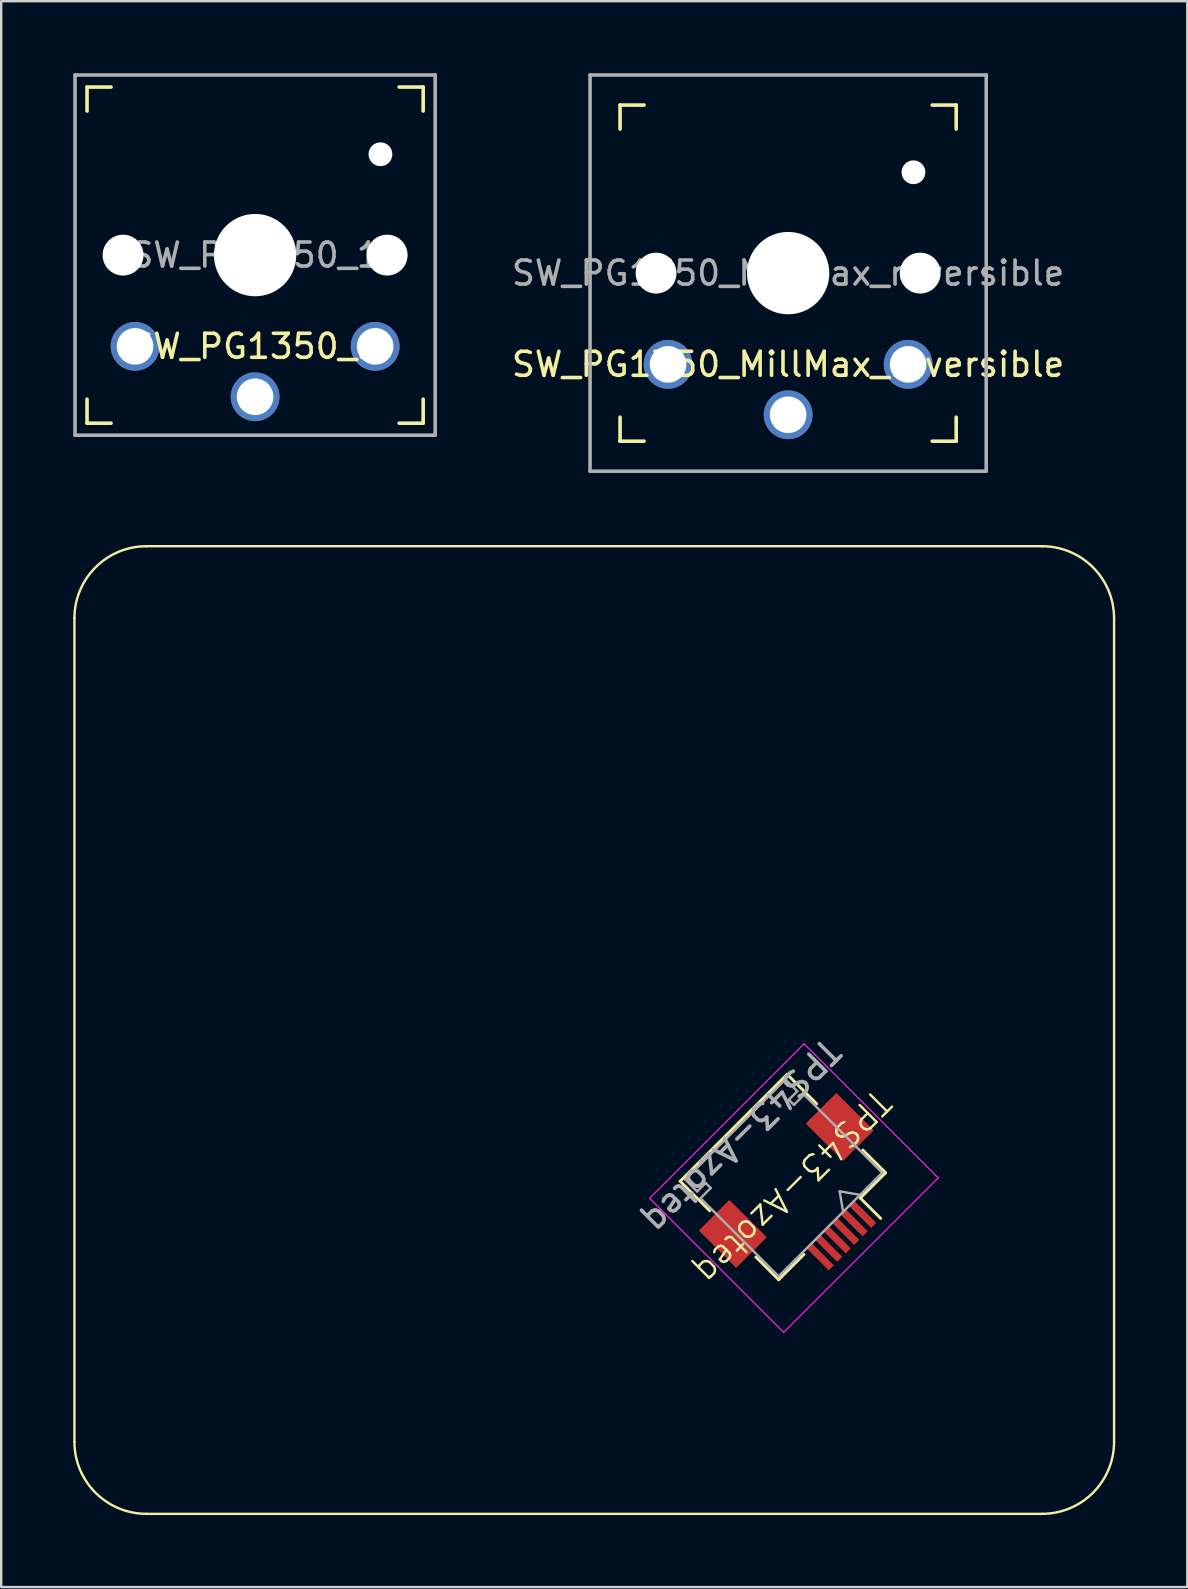
<source format=kicad_pcb>
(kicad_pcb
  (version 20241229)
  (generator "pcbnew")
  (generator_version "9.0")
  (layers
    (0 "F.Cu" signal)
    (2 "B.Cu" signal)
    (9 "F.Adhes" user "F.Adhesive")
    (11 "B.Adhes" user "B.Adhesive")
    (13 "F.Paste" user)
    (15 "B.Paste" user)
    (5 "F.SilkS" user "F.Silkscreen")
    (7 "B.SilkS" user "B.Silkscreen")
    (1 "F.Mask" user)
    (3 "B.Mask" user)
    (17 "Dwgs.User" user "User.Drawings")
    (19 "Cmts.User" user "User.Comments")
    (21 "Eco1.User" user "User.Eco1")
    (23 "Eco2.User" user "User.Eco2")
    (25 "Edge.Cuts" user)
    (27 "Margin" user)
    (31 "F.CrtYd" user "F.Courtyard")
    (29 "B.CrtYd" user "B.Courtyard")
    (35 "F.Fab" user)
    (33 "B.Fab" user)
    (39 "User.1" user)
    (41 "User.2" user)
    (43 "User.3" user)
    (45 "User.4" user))
  (footprint "SW_PG1350_MillMax_reversible"
    (layer "F.Cu")
    (at 29.775 8.325)
    (property "Reference" "SW_PG1350_MillMax_reversible" (at 0 3.8 0) (layer "F.SilkS") (effects (font (size 1 1) (thickness 0.15))))
    (attr through_hole)
    (fp_line (start -7 -6) (end -7 -7) (stroke (width 0.15) (type solid)) (layer "F.SilkS"))
    (fp_line (start -7 7) (end -7 6) (stroke (width 0.15) (type solid)) (layer "F.SilkS"))
    (fp_line (start -7 7) (end -6 7) (stroke (width 0.15) (type solid)) (layer "F.SilkS"))
    (fp_line (start -6 -7) (end -7 -7) (stroke (width 0.15) (type solid)) (layer "F.SilkS"))
    (fp_line (start 6 7) (end 7 7) (stroke (width 0.15) (type solid)) (layer "F.SilkS"))
    (fp_line (start 7 -7) (end 6 -7) (stroke (width 0.15) (type solid)) (layer "F.SilkS"))
    (fp_line (start 7 -7) (end 7 -6) (stroke (width 0.15) (type solid)) (layer "F.SilkS"))
    (fp_line (start 7 6) (end 7 7) (stroke (width 0.15) (type solid)) (layer "F.SilkS"))
    (fp_line (start -6.9 6.9) (end -6.9 -6.9) (stroke (width 0.15) (type solid)) (layer "Eco2.User"))
    (fp_line (start -6.9 6.9) (end 6.9 6.9) (stroke (width 0.15) (type solid)) (layer "Eco2.User"))
    (fp_line (start -2.6 -3.1) (end -2.6 -6.3) (stroke (width 0.15) (type solid)) (layer "Eco2.User"))
    (fp_line (start -2.6 -3.1) (end 2.6 -3.1) (stroke (width 0.15) (type solid)) (layer "Eco2.User"))
    (fp_line (start 2.6 -6.3) (end -2.6 -6.3) (stroke (width 0.15) (type solid)) (layer "Eco2.User"))
    (fp_line (start 2.6 -3.1) (end 2.6 -6.3) (stroke (width 0.15) (type solid)) (layer "Eco2.User"))
    (fp_line (start 6.9 -6.9) (end -6.9 -6.9) (stroke (width 0.15) (type solid)) (layer "Eco2.User"))
    (fp_line (start 6.9 -6.9) (end 6.9 6.9) (stroke (width 0.15) (type solid)) (layer "Eco2.User"))
    (fp_line (start -8.25 -8.25) (end 8.25 -8.25) (stroke (width 0.15) (type solid)) (layer "F.Fab"))
    (fp_line (start -8.25 8.25) (end -8.25 -8.25) (stroke (width 0.15) (type solid)) (layer "F.Fab"))
    (fp_line (start 8.25 -8.25) (end 8.25 8.25) (stroke (width 0.15) (type solid)) (layer "F.Fab"))
    (fp_line (start 8.25 8.25) (end -8.25 8.25) (stroke (width 0.15) (type solid)) (layer "F.Fab"))
    (fp_text user "${REFERENCE}" (at 0 0 0) (layer "F.Fab") (effects (font (size 1 1) (thickness 0.15))))
    (pad "" np_thru_hole circle (at -5.5 0) (size 1.702 1.702) (drill 1.702) (layers "*.Cu" "*.Mask"))
    (pad "" np_thru_hole circle (at 0 0) (size 3.429 3.429) (drill 3.429) (layers "*.Cu" "*.Mask"))
    (pad "" np_thru_hole circle (at 5.22 -4.2) (size 0.991 0.991) (drill 0.991) (layers "*.Cu" "*.Mask"))
    (pad "" np_thru_hole circle (at 5.5 0) (size 1.702 1.702) (drill 1.702) (layers "*.Cu" "*.Mask"))
    (pad "1" thru_hole circle (at 0 5.9) (size 2.032 2.032) (drill 1.524) (layers "*.Cu" "*.Mask"))
    (pad "2" thru_hole circle (at -5 3.8) (size 2.032 2.032) (drill 1.524) (layers "*.Cu" "*.Mask"))
    (pad "2" thru_hole circle (at 5 3.8) (size 2.032 2.032) (drill 1.524) (layers "*.Cu" "*.Mask")))
  (footprint "TPS43-Azoteq"
    (layer "F.Cu")
    (at 29.75 46.2)
    (property "Reference" "TPS43-Azoteq" (at 0.23 0.195 225) (unlocked yes) (layer "F.SilkS") (effects (font (size 1 1) (thickness 0.1))))
    (attr smd)
    (fp_line (start -29.7 10.8) (end -29.7 -23.5) (stroke (width 0.1) (type default)) (layer "F.SilkS"))
    (fp_line (start -26.7 -26.5) (end 10.6 -26.5) (stroke (width 0.1) (type default)) (layer "F.SilkS"))
    (fp_line (start -4.472 -0.052) (end -3.242 1.178) (stroke (width 0.12) (type solid)) (layer "F.SilkS"))
    (fp_line (start -0.371 4.049) (end -1.318 3.102) (stroke (width 0.12) (type solid)) (layer "F.SilkS"))
    (fp_line (start -0.017 -4.507) (end -4.472 -0.052) (stroke (width 0.12) (type solid)) (layer "F.SilkS"))
    (fp_line (start 0.683 2.996) (end -0.371 4.049) (stroke (width 0.12) (type solid)) (layer "F.SilkS"))
    (fp_line (start 1.213 -3.277) (end -0.017 -4.507) (stroke (width 0.12) (type solid)) (layer "F.SilkS"))
    (fp_line (start 3.03 0.648) (end 3.879 1.496) (stroke (width 0.12) (type solid)) (layer "F.SilkS"))
    (fp_line (start 3.03 0.648) (end 4.084 -0.406) (stroke (width 0.12) (type solid)) (layer "F.SilkS"))
    (fp_line (start 4.084 -0.406) (end 3.136 -1.353) (stroke (width 0.12) (type solid)) (layer "F.SilkS"))
    (fp_line (start 10.6 13.8) (end -26.7 13.8) (stroke (width 0.1) (type default)) (layer "F.SilkS"))
    (fp_line (start 13.6 -23.5) (end 13.6 10.8) (stroke (width 0.1) (type default)) (layer "F.SilkS"))
    (fp_arc (start -29.7 -23.5) (mid -28.82132 -25.62132) (end -26.7 -26.5) (stroke (width 0.1) (type default)) (layer "F.SilkS"))
    (fp_arc (start -26.7 13.8) (mid -28.82132 12.92132) (end -29.7 10.8) (stroke (width 0.1) (type default)) (layer "F.SilkS"))
    (fp_arc (start 10.6 -26.5) (mid 12.72132 -25.62132) (end 13.6 -23.5) (stroke (width 0.1) (type default)) (layer "F.SilkS"))
    (fp_arc (start 13.6 10.8) (mid 12.72132 12.92132) (end 10.6 13.8) (stroke (width 0.1) (type default)) (layer "F.SilkS"))
    (fp_line (start -5.745 0.655) (end -0.159 6.241) (stroke (width 0.05) (type solid)) (layer "F.CrtYd"))
    (fp_line (start -0.159 6.241) (end 6.276 -0.194) (stroke (width 0.05) (type solid)) (layer "F.CrtYd"))
    (fp_line (start 0.69 -5.78) (end -5.745 0.655) (stroke (width 0.05) (type solid)) (layer "F.CrtYd"))
    (fp_line (start 6.276 -0.194) (end 0.69 -5.78) (stroke (width 0.05) (type solid)) (layer "F.CrtYd"))
    (fp_line (start -4.26 -0.123) (end -2.174 -2.209) (stroke (width 0.1) (type solid)) (layer "F.Fab"))
    (fp_line (start -3.765 0.372) (end -4.26 -0.123) (stroke (width 0.1) (type solid)) (layer "F.Fab"))
    (fp_line (start -3.623 0.655) (end -3.199 0.231) (stroke (width 0.1) (type solid)) (layer "F.Fab"))
    (fp_line (start -3.411 0.019) (end -3.765 0.372) (stroke (width 0.1) (type solid)) (layer "F.Fab"))
    (fp_line (start -3.199 0.231) (end -3.411 0.019) (stroke (width 0.1) (type solid)) (layer "F.Fab"))
    (fp_line (start -0.371 3.908) (end -3.623 0.655) (stroke (width 0.1) (type solid)) (layer "F.Fab"))
    (fp_line (start -0.088 -4.295) (end -2.174 -2.209) (stroke (width 0.1) (type solid)) (layer "F.Fab"))
    (fp_line (start 0.053 -3.446) (end 0.407 -3.8) (stroke (width 0.1) (type solid)) (layer "F.Fab"))
    (fp_line (start 0.266 -3.234) (end 0.053 -3.446) (stroke (width 0.1) (type solid)) (layer "F.Fab"))
    (fp_line (start 0.407 -3.8) (end -0.088 -4.295) (stroke (width 0.1) (type solid)) (layer "F.Fab"))
    (fp_line (start 0.69 -3.658) (end 0.266 -3.234) (stroke (width 0.1) (type solid)) (layer "F.Fab"))
    (fp_line (start 1.786 1.751) (end -0.371 3.908) (stroke (width 0.1) (type solid)) (layer "F.Fab"))
    (fp_line (start 1.786 1.751) (end 3.943 -0.406) (stroke (width 0.1) (type solid)) (layer "F.Fab"))
    (fp_line (start 2.17 0.367) (end 2.316 1.221) (stroke (width 0.1) (type solid)) (layer "F.Fab"))
    (fp_line (start 3.023 0.514) (end 2.17 0.367) (stroke (width 0.1) (type solid)) (layer "F.Fab"))
    (fp_line (start 3.943 -0.406) (end 0.69 -3.658) (stroke (width 0.1) (type solid)) (layer "F.Fab"))
    (fp_text user "${REFERENCE}" (at -1.891 -1.926 225) (unlocked yes) (layer "F.Fab") (effects (font (size 1 1) (thickness 0.15))))
    (pad "1" smd rect (at 3.129 1.327 225) (size 0.3 1.3) (layers "F.Cu" "F.Mask" "F.Paste"))
    (pad "2" smd rect (at 1.362 3.095 225) (size 0.3 1.3) (layers "F.Cu" "F.Mask" "F.Paste"))
    (pad "3" smd rect (at 2.422 2.034 225) (size 0.3 1.3) (layers "F.Cu" "F.Mask" "F.Paste"))
    (pad "4" smd rect (at 2.069 2.387 225) (size 0.3 1.3) (layers "F.Cu" "F.Mask" "F.Paste"))
    (pad "5" smd rect (at 1.715 2.741 225) (size 0.3 1.3) (layers "F.Cu" "F.Mask" "F.Paste"))
    (pad "6" smd rect (at 2.776 1.68 225) (size 0.3 1.3) (layers "F.Cu" "F.Mask" "F.Paste"))
    (pad "MP" smd rect (at -2.28 2.14 225) (size 1.8 2.2) (layers "F.Cu" "F.Mask" "F.Paste"))
    (pad "MP" smd rect (at 2.175 -2.315 225) (size 1.8 2.2) (layers "F.Cu" "F.Mask" "F.Paste")))
  (footprint "SW_PG1350_1"
    (layer "F.Cu")
    (at 7.575 7.575)
    (property "Reference" "SW_PG1350_1" (at 0 3.8 0) (layer "F.SilkS") (effects (font (size 1 1) (thickness 0.15))))
    (attr through_hole)
    (fp_line (start -7 -6) (end -7 -7) (stroke (width 0.15) (type solid)) (layer "F.SilkS"))
    (fp_line (start -7 7) (end -7 6) (stroke (width 0.15) (type solid)) (layer "F.SilkS"))
    (fp_line (start -7 7) (end -6 7) (stroke (width 0.15) (type solid)) (layer "F.SilkS"))
    (fp_line (start -6 -7) (end -7 -7) (stroke (width 0.15) (type solid)) (layer "F.SilkS"))
    (fp_line (start 6 7) (end 7 7) (stroke (width 0.15) (type solid)) (layer "F.SilkS"))
    (fp_line (start 7 -7) (end 6 -7) (stroke (width 0.15) (type solid)) (layer "F.SilkS"))
    (fp_line (start 7 -7) (end 7 -6) (stroke (width 0.15) (type solid)) (layer "F.SilkS"))
    (fp_line (start 7 6) (end 7 7) (stroke (width 0.15) (type solid)) (layer "F.SilkS"))
    (fp_line (start -6.9 6.9) (end -6.9 -6.9) (stroke (width 0.15) (type solid)) (layer "Eco2.User"))
    (fp_line (start -6.9 6.9) (end 6.9 6.9) (stroke (width 0.15) (type solid)) (layer "Eco2.User"))
    (fp_line (start -2.6 -3.1) (end -2.6 -6.3) (stroke (width 0.15) (type solid)) (layer "Eco2.User"))
    (fp_line (start -2.6 -3.1) (end 2.6 -3.1) (stroke (width 0.15) (type solid)) (layer "Eco2.User"))
    (fp_line (start 2.6 -6.3) (end -2.6 -6.3) (stroke (width 0.15) (type solid)) (layer "Eco2.User"))
    (fp_line (start 2.6 -3.1) (end 2.6 -6.3) (stroke (width 0.15) (type solid)) (layer "Eco2.User"))
    (fp_line (start 6.9 -6.9) (end -6.9 -6.9) (stroke (width 0.15) (type solid)) (layer "Eco2.User"))
    (fp_line (start 6.9 -6.9) (end 6.9 6.9) (stroke (width 0.15) (type solid)) (layer "Eco2.User"))
    (fp_line (start -7.5 -7.5) (end 7.5 -7.5) (stroke (width 0.15) (type solid)) (layer "F.Fab"))
    (fp_line (start -7.5 7.5) (end -7.5 -7.5) (stroke (width 0.15) (type solid)) (layer "F.Fab"))
    (fp_line (start 7.5 -7.5) (end 7.5 7.5) (stroke (width 0.15) (type solid)) (layer "F.Fab"))
    (fp_line (start 7.5 7.5) (end -7.5 7.5) (stroke (width 0.15) (type solid)) (layer "F.Fab"))
    (fp_text user "${REFERENCE}" (at 0 0 0) (layer "F.Fab") (effects (font (size 1 1) (thickness 0.15))))
    (pad "" np_thru_hole circle (at -5.5 0) (size 1.702 1.702) (drill 1.702) (layers "*.Cu" "*.Mask"))
    (pad "" np_thru_hole circle (at 0 0) (size 3.429 3.429) (drill 3.429) (layers "*.Cu" "*.Mask"))
    (pad "" np_thru_hole circle (at 5.22 -4.2) (size 0.991 0.991) (drill 0.991) (layers "*.Cu" "*.Mask"))
    (pad "" np_thru_hole circle (at 5.5 0) (size 1.702 1.702) (drill 1.702) (layers "*.Cu" "*.Mask"))
    (pad "1" thru_hole circle (at 0 5.9) (size 2.032 2.032) (drill 1.524) (layers "*.Cu" "*.Mask"))
    (pad "2" thru_hole circle (at -5 3.8) (size 2.032 2.032) (drill 1.524) (layers "*.Cu" "*.Mask"))
    (pad "2" thru_hole circle (at 5 3.8) (size 2.032 2.032) (drill 1.524) (layers "*.Cu" "*.Mask")))
  (gr_rect
    (start -3 -3)
    (end 46.4 63.05)
    (stroke (width 0.1) (type default))
    (fill no)
    (layer "Edge.Cuts")))
</source>
